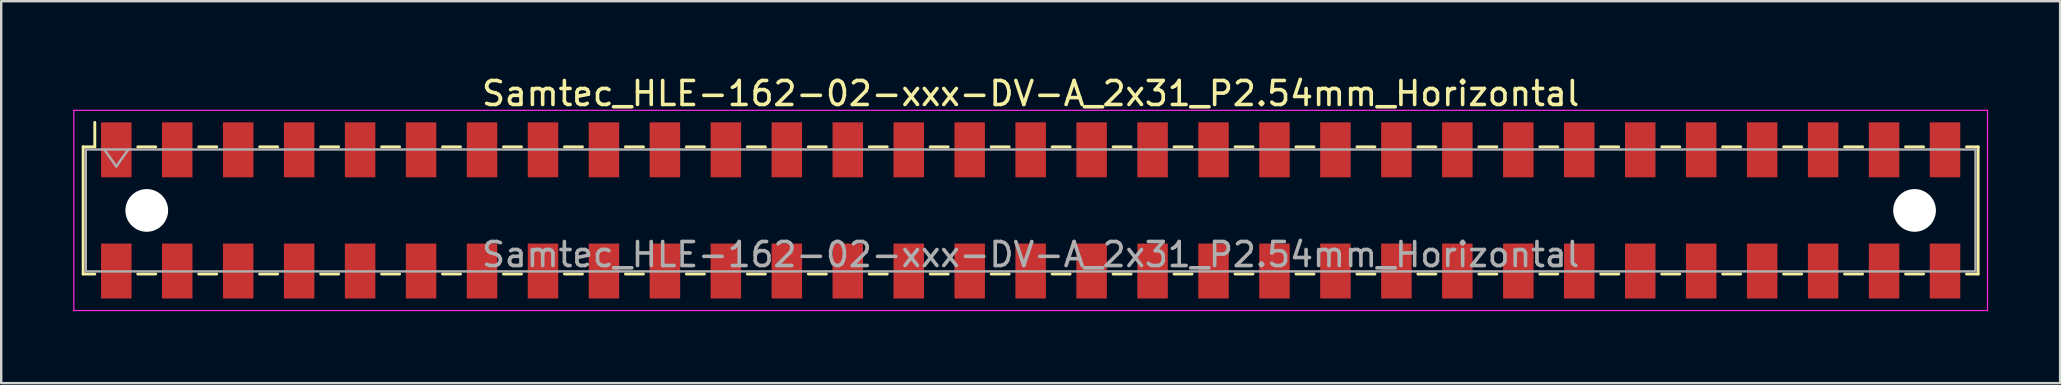
<source format=kicad_pcb>
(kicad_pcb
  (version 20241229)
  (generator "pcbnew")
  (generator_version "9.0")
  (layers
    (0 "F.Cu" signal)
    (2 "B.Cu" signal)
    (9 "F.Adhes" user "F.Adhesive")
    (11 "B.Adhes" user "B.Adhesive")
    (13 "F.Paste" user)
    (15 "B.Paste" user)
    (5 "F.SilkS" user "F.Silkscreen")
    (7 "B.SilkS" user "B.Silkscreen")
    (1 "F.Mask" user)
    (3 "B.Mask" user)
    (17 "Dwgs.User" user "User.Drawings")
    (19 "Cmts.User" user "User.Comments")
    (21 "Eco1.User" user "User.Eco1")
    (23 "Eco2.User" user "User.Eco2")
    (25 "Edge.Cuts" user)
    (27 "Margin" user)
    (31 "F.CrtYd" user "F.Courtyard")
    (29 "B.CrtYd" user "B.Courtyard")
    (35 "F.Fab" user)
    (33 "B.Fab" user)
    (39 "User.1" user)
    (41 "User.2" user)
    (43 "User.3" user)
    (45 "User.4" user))
  (footprint "Samtec_HLE-162-02-xxx-DV-A_2x31_P2.54mm_Horizontal"
    (layer "F.Cu")
    (at 39.895 5.718)
    (property "Reference" "Samtec_HLE-162-02-xxx-DV-A_2x31_P2.54mm_Horizontal" (at 0 -4.87 0) (layer "F.SilkS") (effects (font (size 1 1) (thickness 0.15))))
    (attr smd)
    (fp_line (start -39.48 -2.65) (end -39.48 2.65) (stroke (width 0.12) (type solid)) (layer "F.SilkS"))
    (fp_line (start -39.48 2.65) (end -38.995 2.65) (stroke (width 0.12) (type solid)) (layer "F.SilkS"))
    (fp_line (start -38.995 -3.67) (end -38.995 -2.65) (stroke (width 0.12) (type solid)) (layer "F.SilkS"))
    (fp_line (start -38.995 -2.65) (end -39.48 -2.65) (stroke (width 0.12) (type solid)) (layer "F.SilkS"))
    (fp_line (start -37.205 -2.65) (end -36.455 -2.65) (stroke (width 0.12) (type solid)) (layer "F.SilkS"))
    (fp_line (start -37.205 2.65) (end -36.455 2.65) (stroke (width 0.12) (type solid)) (layer "F.SilkS"))
    (fp_line (start -34.665 -2.65) (end -33.915 -2.65) (stroke (width 0.12) (type solid)) (layer "F.SilkS"))
    (fp_line (start -34.665 2.65) (end -33.915 2.65) (stroke (width 0.12) (type solid)) (layer "F.SilkS"))
    (fp_line (start -32.125 -2.65) (end -31.375 -2.65) (stroke (width 0.12) (type solid)) (layer "F.SilkS"))
    (fp_line (start -32.125 2.65) (end -31.375 2.65) (stroke (width 0.12) (type solid)) (layer "F.SilkS"))
    (fp_line (start -29.585 -2.65) (end -28.835 -2.65) (stroke (width 0.12) (type solid)) (layer "F.SilkS"))
    (fp_line (start -29.585 2.65) (end -28.835 2.65) (stroke (width 0.12) (type solid)) (layer "F.SilkS"))
    (fp_line (start -27.045 -2.65) (end -26.295 -2.65) (stroke (width 0.12) (type solid)) (layer "F.SilkS"))
    (fp_line (start -27.045 2.65) (end -26.295 2.65) (stroke (width 0.12) (type solid)) (layer "F.SilkS"))
    (fp_line (start -24.505 -2.65) (end -23.755 -2.65) (stroke (width 0.12) (type solid)) (layer "F.SilkS"))
    (fp_line (start -24.505 2.65) (end -23.755 2.65) (stroke (width 0.12) (type solid)) (layer "F.SilkS"))
    (fp_line (start -21.965 -2.65) (end -21.215 -2.65) (stroke (width 0.12) (type solid)) (layer "F.SilkS"))
    (fp_line (start -21.965 2.65) (end -21.215 2.65) (stroke (width 0.12) (type solid)) (layer "F.SilkS"))
    (fp_line (start -19.425 -2.65) (end -18.675 -2.65) (stroke (width 0.12) (type solid)) (layer "F.SilkS"))
    (fp_line (start -19.425 2.65) (end -18.675 2.65) (stroke (width 0.12) (type solid)) (layer "F.SilkS"))
    (fp_line (start -16.885 -2.65) (end -16.135 -2.65) (stroke (width 0.12) (type solid)) (layer "F.SilkS"))
    (fp_line (start -16.885 2.65) (end -16.135 2.65) (stroke (width 0.12) (type solid)) (layer "F.SilkS"))
    (fp_line (start -14.345 -2.65) (end -13.595 -2.65) (stroke (width 0.12) (type solid)) (layer "F.SilkS"))
    (fp_line (start -14.345 2.65) (end -13.595 2.65) (stroke (width 0.12) (type solid)) (layer "F.SilkS"))
    (fp_line (start -11.805 -2.65) (end -11.055 -2.65) (stroke (width 0.12) (type solid)) (layer "F.SilkS"))
    (fp_line (start -11.805 2.65) (end -11.055 2.65) (stroke (width 0.12) (type solid)) (layer "F.SilkS"))
    (fp_line (start -9.265 -2.65) (end -8.515 -2.65) (stroke (width 0.12) (type solid)) (layer "F.SilkS"))
    (fp_line (start -9.265 2.65) (end -8.515 2.65) (stroke (width 0.12) (type solid)) (layer "F.SilkS"))
    (fp_line (start -6.725 -2.65) (end -5.975 -2.65) (stroke (width 0.12) (type solid)) (layer "F.SilkS"))
    (fp_line (start -6.725 2.65) (end -5.975 2.65) (stroke (width 0.12) (type solid)) (layer "F.SilkS"))
    (fp_line (start -4.185 -2.65) (end -3.435 -2.65) (stroke (width 0.12) (type solid)) (layer "F.SilkS"))
    (fp_line (start -4.185 2.65) (end -3.435 2.65) (stroke (width 0.12) (type solid)) (layer "F.SilkS"))
    (fp_line (start -1.645 -2.65) (end -0.895 -2.65) (stroke (width 0.12) (type solid)) (layer "F.SilkS"))
    (fp_line (start -1.645 2.65) (end -0.895 2.65) (stroke (width 0.12) (type solid)) (layer "F.SilkS"))
    (fp_line (start 0.895 -2.65) (end 1.645 -2.65) (stroke (width 0.12) (type solid)) (layer "F.SilkS"))
    (fp_line (start 0.895 2.65) (end 1.645 2.65) (stroke (width 0.12) (type solid)) (layer "F.SilkS"))
    (fp_line (start 3.435 -2.65) (end 4.185 -2.65) (stroke (width 0.12) (type solid)) (layer "F.SilkS"))
    (fp_line (start 3.435 2.65) (end 4.185 2.65) (stroke (width 0.12) (type solid)) (layer "F.SilkS"))
    (fp_line (start 5.975 -2.65) (end 6.725 -2.65) (stroke (width 0.12) (type solid)) (layer "F.SilkS"))
    (fp_line (start 5.975 2.65) (end 6.725 2.65) (stroke (width 0.12) (type solid)) (layer "F.SilkS"))
    (fp_line (start 8.515 -2.65) (end 9.265 -2.65) (stroke (width 0.12) (type solid)) (layer "F.SilkS"))
    (fp_line (start 8.515 2.65) (end 9.265 2.65) (stroke (width 0.12) (type solid)) (layer "F.SilkS"))
    (fp_line (start 11.055 -2.65) (end 11.805 -2.65) (stroke (width 0.12) (type solid)) (layer "F.SilkS"))
    (fp_line (start 11.055 2.65) (end 11.805 2.65) (stroke (width 0.12) (type solid)) (layer "F.SilkS"))
    (fp_line (start 13.595 -2.65) (end 14.345 -2.65) (stroke (width 0.12) (type solid)) (layer "F.SilkS"))
    (fp_line (start 13.595 2.65) (end 14.345 2.65) (stroke (width 0.12) (type solid)) (layer "F.SilkS"))
    (fp_line (start 16.135 -2.65) (end 16.885 -2.65) (stroke (width 0.12) (type solid)) (layer "F.SilkS"))
    (fp_line (start 16.135 2.65) (end 16.885 2.65) (stroke (width 0.12) (type solid)) (layer "F.SilkS"))
    (fp_line (start 18.675 -2.65) (end 19.425 -2.65) (stroke (width 0.12) (type solid)) (layer "F.SilkS"))
    (fp_line (start 18.675 2.65) (end 19.425 2.65) (stroke (width 0.12) (type solid)) (layer "F.SilkS"))
    (fp_line (start 21.215 -2.65) (end 21.965 -2.65) (stroke (width 0.12) (type solid)) (layer "F.SilkS"))
    (fp_line (start 21.215 2.65) (end 21.965 2.65) (stroke (width 0.12) (type solid)) (layer "F.SilkS"))
    (fp_line (start 23.755 -2.65) (end 24.505 -2.65) (stroke (width 0.12) (type solid)) (layer "F.SilkS"))
    (fp_line (start 23.755 2.65) (end 24.505 2.65) (stroke (width 0.12) (type solid)) (layer "F.SilkS"))
    (fp_line (start 26.295 -2.65) (end 27.045 -2.65) (stroke (width 0.12) (type solid)) (layer "F.SilkS"))
    (fp_line (start 26.295 2.65) (end 27.045 2.65) (stroke (width 0.12) (type solid)) (layer "F.SilkS"))
    (fp_line (start 28.835 -2.65) (end 29.585 -2.65) (stroke (width 0.12) (type solid)) (layer "F.SilkS"))
    (fp_line (start 28.835 2.65) (end 29.585 2.65) (stroke (width 0.12) (type solid)) (layer "F.SilkS"))
    (fp_line (start 31.375 -2.65) (end 32.125 -2.65) (stroke (width 0.12) (type solid)) (layer "F.SilkS"))
    (fp_line (start 31.375 2.65) (end 32.125 2.65) (stroke (width 0.12) (type solid)) (layer "F.SilkS"))
    (fp_line (start 33.915 -2.65) (end 34.665 -2.65) (stroke (width 0.12) (type solid)) (layer "F.SilkS"))
    (fp_line (start 33.915 2.65) (end 34.665 2.65) (stroke (width 0.12) (type solid)) (layer "F.SilkS"))
    (fp_line (start 36.455 -2.65) (end 37.205 -2.65) (stroke (width 0.12) (type solid)) (layer "F.SilkS"))
    (fp_line (start 36.455 2.65) (end 37.205 2.65) (stroke (width 0.12) (type solid)) (layer "F.SilkS"))
    (fp_line (start 38.995 -2.65) (end 39.48 -2.65) (stroke (width 0.12) (type solid)) (layer "F.SilkS"))
    (fp_line (start 39.48 -2.65) (end 39.48 2.65) (stroke (width 0.12) (type solid)) (layer "F.SilkS"))
    (fp_line (start 39.48 2.65) (end 38.995 2.65) (stroke (width 0.12) (type solid)) (layer "F.SilkS"))
    (fp_line (start -39.87 -4.17) (end 39.87 -4.17) (stroke (width 0.05) (type solid)) (layer "F.CrtYd"))
    (fp_line (start -39.87 4.17) (end -39.87 -4.17) (stroke (width 0.05) (type solid)) (layer "F.CrtYd"))
    (fp_line (start 39.87 -4.17) (end 39.87 4.17) (stroke (width 0.05) (type solid)) (layer "F.CrtYd"))
    (fp_line (start 39.87 4.17) (end -39.87 4.17) (stroke (width 0.05) (type solid)) (layer "F.CrtYd"))
    (fp_line (start -39.37 -2.54) (end 39.37 -2.54) (stroke (width 0.1) (type solid)) (layer "F.Fab"))
    (fp_line (start -39.37 2.54) (end -39.37 -2.54) (stroke (width 0.1) (type solid)) (layer "F.Fab"))
    (fp_line (start -38.6 -2.54) (end -38.1 -1.833) (stroke (width 0.1) (type solid)) (layer "F.Fab"))
    (fp_line (start -38.1 -1.833) (end -37.6 -2.54) (stroke (width 0.1) (type solid)) (layer "F.Fab"))
    (fp_line (start 39.37 -2.54) (end 39.37 2.54) (stroke (width 0.1) (type solid)) (layer "F.Fab"))
    (fp_line (start 39.37 2.54) (end -39.37 2.54) (stroke (width 0.1) (type solid)) (layer "F.Fab"))
    (fp_text user "${REFERENCE}" (at 0 1.84 0) (layer "F.Fab") (effects (font (size 1 1) (thickness 0.15))))
    (pad "" np_thru_hole circle (at -36.83 0) (size 1.78 1.78) (drill 1.78) (layers "*.Cu" "*.Mask"))
    (pad "" np_thru_hole circle (at 36.83 0) (size 1.78 1.78) (drill 1.78) (layers "*.Cu" "*.Mask"))
    (pad "1" smd rect (at -38.1 -2.525) (size 1.27 2.29) (layers "F.Cu" "F.Mask" "F.Paste"))
    (pad "2" smd rect (at -38.1 2.525) (size 1.27 2.29) (layers "F.Cu" "F.Mask" "F.Paste"))
    (pad "3" smd rect (at -35.56 -2.525) (size 1.27 2.29) (layers "F.Cu" "F.Mask" "F.Paste"))
    (pad "4" smd rect (at -35.56 2.525) (size 1.27 2.29) (layers "F.Cu" "F.Mask" "F.Paste"))
    (pad "5" smd rect (at -33.02 -2.525) (size 1.27 2.29) (layers "F.Cu" "F.Mask" "F.Paste"))
    (pad "6" smd rect (at -33.02 2.525) (size 1.27 2.29) (layers "F.Cu" "F.Mask" "F.Paste"))
    (pad "7" smd rect (at -30.48 -2.525) (size 1.27 2.29) (layers "F.Cu" "F.Mask" "F.Paste"))
    (pad "8" smd rect (at -30.48 2.525) (size 1.27 2.29) (layers "F.Cu" "F.Mask" "F.Paste"))
    (pad "9" smd rect (at -27.94 -2.525) (size 1.27 2.29) (layers "F.Cu" "F.Mask" "F.Paste"))
    (pad "10" smd rect (at -27.94 2.525) (size 1.27 2.29) (layers "F.Cu" "F.Mask" "F.Paste"))
    (pad "11" smd rect (at -25.4 -2.525) (size 1.27 2.29) (layers "F.Cu" "F.Mask" "F.Paste"))
    (pad "12" smd rect (at -25.4 2.525) (size 1.27 2.29) (layers "F.Cu" "F.Mask" "F.Paste"))
    (pad "13" smd rect (at -22.86 -2.525) (size 1.27 2.29) (layers "F.Cu" "F.Mask" "F.Paste"))
    (pad "14" smd rect (at -22.86 2.525) (size 1.27 2.29) (layers "F.Cu" "F.Mask" "F.Paste"))
    (pad "15" smd rect (at -20.32 -2.525) (size 1.27 2.29) (layers "F.Cu" "F.Mask" "F.Paste"))
    (pad "16" smd rect (at -20.32 2.525) (size 1.27 2.29) (layers "F.Cu" "F.Mask" "F.Paste"))
    (pad "17" smd rect (at -17.78 -2.525) (size 1.27 2.29) (layers "F.Cu" "F.Mask" "F.Paste"))
    (pad "18" smd rect (at -17.78 2.525) (size 1.27 2.29) (layers "F.Cu" "F.Mask" "F.Paste"))
    (pad "19" smd rect (at -15.24 -2.525) (size 1.27 2.29) (layers "F.Cu" "F.Mask" "F.Paste"))
    (pad "20" smd rect (at -15.24 2.525) (size 1.27 2.29) (layers "F.Cu" "F.Mask" "F.Paste"))
    (pad "21" smd rect (at -12.7 -2.525) (size 1.27 2.29) (layers "F.Cu" "F.Mask" "F.Paste"))
    (pad "22" smd rect (at -12.7 2.525) (size 1.27 2.29) (layers "F.Cu" "F.Mask" "F.Paste"))
    (pad "23" smd rect (at -10.16 -2.525) (size 1.27 2.29) (layers "F.Cu" "F.Mask" "F.Paste"))
    (pad "24" smd rect (at -10.16 2.525) (size 1.27 2.29) (layers "F.Cu" "F.Mask" "F.Paste"))
    (pad "25" smd rect (at -7.62 -2.525) (size 1.27 2.29) (layers "F.Cu" "F.Mask" "F.Paste"))
    (pad "26" smd rect (at -7.62 2.525) (size 1.27 2.29) (layers "F.Cu" "F.Mask" "F.Paste"))
    (pad "27" smd rect (at -5.08 -2.525) (size 1.27 2.29) (layers "F.Cu" "F.Mask" "F.Paste"))
    (pad "28" smd rect (at -5.08 2.525) (size 1.27 2.29) (layers "F.Cu" "F.Mask" "F.Paste"))
    (pad "29" smd rect (at -2.54 -2.525) (size 1.27 2.29) (layers "F.Cu" "F.Mask" "F.Paste"))
    (pad "30" smd rect (at -2.54 2.525) (size 1.27 2.29) (layers "F.Cu" "F.Mask" "F.Paste"))
    (pad "31" smd rect (at 0 -2.525) (size 1.27 2.29) (layers "F.Cu" "F.Mask" "F.Paste"))
    (pad "32" smd rect (at 0 2.525) (size 1.27 2.29) (layers "F.Cu" "F.Mask" "F.Paste"))
    (pad "33" smd rect (at 2.54 -2.525) (size 1.27 2.29) (layers "F.Cu" "F.Mask" "F.Paste"))
    (pad "34" smd rect (at 2.54 2.525) (size 1.27 2.29) (layers "F.Cu" "F.Mask" "F.Paste"))
    (pad "35" smd rect (at 5.08 -2.525) (size 1.27 2.29) (layers "F.Cu" "F.Mask" "F.Paste"))
    (pad "36" smd rect (at 5.08 2.525) (size 1.27 2.29) (layers "F.Cu" "F.Mask" "F.Paste"))
    (pad "37" smd rect (at 7.62 -2.525) (size 1.27 2.29) (layers "F.Cu" "F.Mask" "F.Paste"))
    (pad "38" smd rect (at 7.62 2.525) (size 1.27 2.29) (layers "F.Cu" "F.Mask" "F.Paste"))
    (pad "39" smd rect (at 10.16 -2.525) (size 1.27 2.29) (layers "F.Cu" "F.Mask" "F.Paste"))
    (pad "40" smd rect (at 10.16 2.525) (size 1.27 2.29) (layers "F.Cu" "F.Mask" "F.Paste"))
    (pad "41" smd rect (at 12.7 -2.525) (size 1.27 2.29) (layers "F.Cu" "F.Mask" "F.Paste"))
    (pad "42" smd rect (at 12.7 2.525) (size 1.27 2.29) (layers "F.Cu" "F.Mask" "F.Paste"))
    (pad "43" smd rect (at 15.24 -2.525) (size 1.27 2.29) (layers "F.Cu" "F.Mask" "F.Paste"))
    (pad "44" smd rect (at 15.24 2.525) (size 1.27 2.29) (layers "F.Cu" "F.Mask" "F.Paste"))
    (pad "45" smd rect (at 17.78 -2.525) (size 1.27 2.29) (layers "F.Cu" "F.Mask" "F.Paste"))
    (pad "46" smd rect (at 17.78 2.525) (size 1.27 2.29) (layers "F.Cu" "F.Mask" "F.Paste"))
    (pad "47" smd rect (at 20.32 -2.525) (size 1.27 2.29) (layers "F.Cu" "F.Mask" "F.Paste"))
    (pad "48" smd rect (at 20.32 2.525) (size 1.27 2.29) (layers "F.Cu" "F.Mask" "F.Paste"))
    (pad "49" smd rect (at 22.86 -2.525) (size 1.27 2.29) (layers "F.Cu" "F.Mask" "F.Paste"))
    (pad "50" smd rect (at 22.86 2.525) (size 1.27 2.29) (layers "F.Cu" "F.Mask" "F.Paste"))
    (pad "51" smd rect (at 25.4 -2.525) (size 1.27 2.29) (layers "F.Cu" "F.Mask" "F.Paste"))
    (pad "52" smd rect (at 25.4 2.525) (size 1.27 2.29) (layers "F.Cu" "F.Mask" "F.Paste"))
    (pad "53" smd rect (at 27.94 -2.525) (size 1.27 2.29) (layers "F.Cu" "F.Mask" "F.Paste"))
    (pad "54" smd rect (at 27.94 2.525) (size 1.27 2.29) (layers "F.Cu" "F.Mask" "F.Paste"))
    (pad "55" smd rect (at 30.48 -2.525) (size 1.27 2.29) (layers "F.Cu" "F.Mask" "F.Paste"))
    (pad "56" smd rect (at 30.48 2.525) (size 1.27 2.29) (layers "F.Cu" "F.Mask" "F.Paste"))
    (pad "57" smd rect (at 33.02 -2.525) (size 1.27 2.29) (layers "F.Cu" "F.Mask" "F.Paste"))
    (pad "58" smd rect (at 33.02 2.525) (size 1.27 2.29) (layers "F.Cu" "F.Mask" "F.Paste"))
    (pad "59" smd rect (at 35.56 -2.525) (size 1.27 2.29) (layers "F.Cu" "F.Mask" "F.Paste"))
    (pad "60" smd rect (at 35.56 2.525) (size 1.27 2.29) (layers "F.Cu" "F.Mask" "F.Paste"))
    (pad "61" smd rect (at 38.1 -2.525) (size 1.27 2.29) (layers "F.Cu" "F.Mask" "F.Paste"))
    (pad "62" smd rect (at 38.1 2.525) (size 1.27 2.29) (layers "F.Cu" "F.Mask" "F.Paste")))
  (gr_rect
    (start -3 -3)
    (end 82.79 12.913)
    (stroke (width 0.1) (type default))
    (fill no)
    (layer "Edge.Cuts")))
</source>
